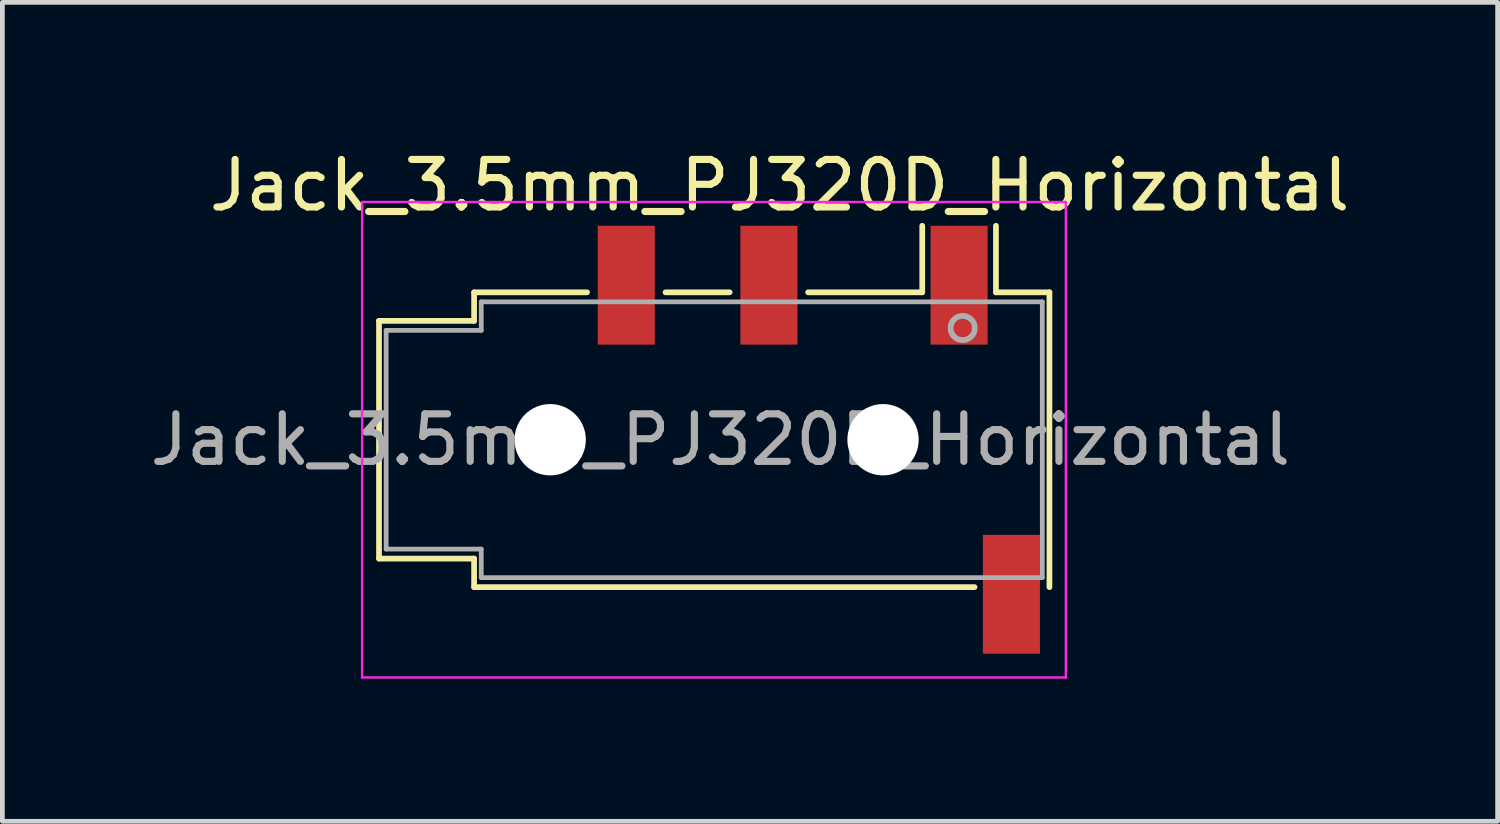
<source format=kicad_pcb>
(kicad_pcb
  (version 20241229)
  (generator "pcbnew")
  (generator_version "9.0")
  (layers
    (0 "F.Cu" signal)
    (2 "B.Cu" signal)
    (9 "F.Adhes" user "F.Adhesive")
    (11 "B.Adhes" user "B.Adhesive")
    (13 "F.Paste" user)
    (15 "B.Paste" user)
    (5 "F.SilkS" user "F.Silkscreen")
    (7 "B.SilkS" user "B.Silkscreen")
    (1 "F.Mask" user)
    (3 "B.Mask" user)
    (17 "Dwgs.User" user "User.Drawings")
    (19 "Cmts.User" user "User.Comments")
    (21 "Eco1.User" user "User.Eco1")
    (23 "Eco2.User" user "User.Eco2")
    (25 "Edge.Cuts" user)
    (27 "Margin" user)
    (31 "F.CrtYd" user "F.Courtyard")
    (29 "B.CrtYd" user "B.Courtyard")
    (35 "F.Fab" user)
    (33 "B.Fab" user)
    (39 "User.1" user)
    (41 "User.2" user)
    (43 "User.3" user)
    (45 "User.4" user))
  (footprint "Jack_3.5mm_PJ320D_Horizontal"
    (layer "F.Cu")
    (at 13.296 6.198)
    (property "Reference" "Jack_3.5mm_PJ320D_Horizontal" (at 0.05 -5.35 0) (layer "F.SilkS") (effects (font (size 1 1) (thickness 0.15))))
    (attr smd)
    (fp_line (start -8.375 -2.5) (end -8.375 2.5) (stroke (width 0.12) (type solid)) (layer "F.SilkS"))
    (fp_line (start -6.375 -3.1) (end -6.375 -2.5) (stroke (width 0.12) (type solid)) (layer "F.SilkS"))
    (fp_line (start -6.375 -3.1) (end -4 -3.1) (stroke (width 0.12) (type solid)) (layer "F.SilkS"))
    (fp_line (start -6.375 -2.5) (end -8.375 -2.5) (stroke (width 0.12) (type solid)) (layer "F.SilkS"))
    (fp_line (start -6.375 2.5) (end -8.375 2.5) (stroke (width 0.12) (type solid)) (layer "F.SilkS"))
    (fp_line (start -6.375 2.5) (end -6.375 3.1) (stroke (width 0.12) (type solid)) (layer "F.SilkS"))
    (fp_line (start -2.35 -3.1) (end -1 -3.1) (stroke (width 0.12) (type solid)) (layer "F.SilkS"))
    (fp_line (start 0.65 -3.1) (end 3.05 -3.1) (stroke (width 0.12) (type solid)) (layer "F.SilkS"))
    (fp_line (start 3.05 -3.1) (end 3.05 -4.5) (stroke (width 0.12) (type solid)) (layer "F.SilkS"))
    (fp_line (start 4.15 3.1) (end -6.375 3.1) (stroke (width 0.12) (type solid)) (layer "F.SilkS"))
    (fp_line (start 4.6 -3.1) (end 4.6 -4.5) (stroke (width 0.12) (type solid)) (layer "F.SilkS"))
    (fp_line (start 4.6 -3.1) (end 5.725 -3.1) (stroke (width 0.12) (type solid)) (layer "F.SilkS"))
    (fp_line (start 5.725 3.1) (end 5.725 -3.1) (stroke (width 0.12) (type solid)) (layer "F.SilkS"))
    (fp_line (start -8.73 -5) (end 6.07 -5) (stroke (width 0.05) (type solid)) (layer "F.CrtYd"))
    (fp_line (start -8.73 5) (end -8.73 -5) (stroke (width 0.05) (type solid)) (layer "F.CrtYd"))
    (fp_line (start -8.73 5) (end 6.07 5) (stroke (width 0.05) (type solid)) (layer "F.CrtYd"))
    (fp_line (start 6.07 5) (end 6.07 -5) (stroke (width 0.05) (type solid)) (layer "F.CrtYd"))
    (fp_line (start -8.225 -2.3) (end -6.225 -2.3) (stroke (width 0.1) (type solid)) (layer "F.Fab"))
    (fp_line (start -8.225 2.3) (end -8.225 -2.3) (stroke (width 0.1) (type solid)) (layer "F.Fab"))
    (fp_line (start -6.225 -2.9) (end 5.575 -2.9) (stroke (width 0.1) (type solid)) (layer "F.Fab"))
    (fp_line (start -6.225 -2.3) (end -6.225 -2.9) (stroke (width 0.1) (type solid)) (layer "F.Fab"))
    (fp_line (start -6.225 2.3) (end -8.225 2.3) (stroke (width 0.1) (type solid)) (layer "F.Fab"))
    (fp_line (start -6.225 2.9) (end -6.225 2.3) (stroke (width 0.1) (type solid)) (layer "F.Fab"))
    (fp_line (start 5.575 -2.9) (end 5.575 2.9) (stroke (width 0.1) (type solid)) (layer "F.Fab"))
    (fp_line (start 5.575 2.9) (end -6.225 2.9) (stroke (width 0.1) (type solid)) (layer "F.Fab"))
    (fp_circle (center 3.9 -2.35) (end 3.95 -2.1) (stroke (width 0.12) (type solid)) (fill no) (layer "F.Fab"))
    (fp_text user "${REFERENCE}" (at -1.195 0 0) (layer "F.Fab") (effects (font (size 1 1) (thickness 0.15))))
    (pad "" np_thru_hole circle (at -4.775 0) (size 1.5 1.5) (drill 1.5) (layers "*.Cu" "*.Mask"))
    (pad "" np_thru_hole circle (at 2.225 0) (size 1.5 1.5) (drill 1.5) (layers "*.Cu" "*.Mask"))
    (pad "R1" smd rect (at 3.825 -3.25) (size 1.2 2.5) (layers "F.Cu" "F.Mask" "F.Paste"))
    (pad "R2" smd rect (at -0.175 -3.25) (size 1.2 2.5) (layers "F.Cu" "F.Mask" "F.Paste"))
    (pad "S" smd rect (at -3.175 -3.25) (size 1.2 2.5) (layers "F.Cu" "F.Mask" "F.Paste"))
    (pad "T" smd rect (at 4.925 3.25) (size 1.2 2.5) (layers "F.Cu" "F.Mask" "F.Paste")))
  (gr_rect
    (start -3 -3)
    (end 28.447 14.223)
    (stroke (width 0.1) (type default))
    (fill no)
    (layer "Edge.Cuts")))
</source>
